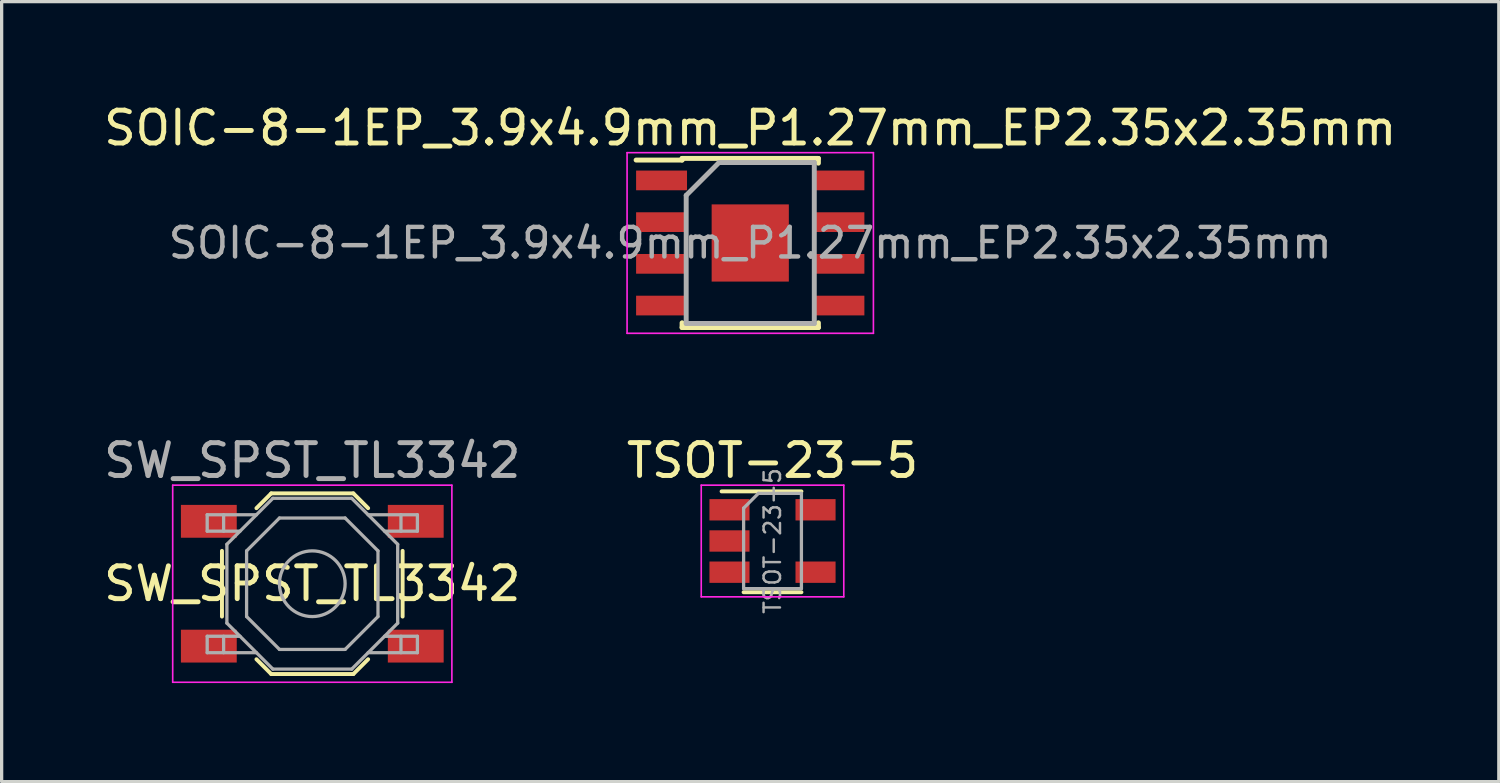
<source format=kicad_pcb>
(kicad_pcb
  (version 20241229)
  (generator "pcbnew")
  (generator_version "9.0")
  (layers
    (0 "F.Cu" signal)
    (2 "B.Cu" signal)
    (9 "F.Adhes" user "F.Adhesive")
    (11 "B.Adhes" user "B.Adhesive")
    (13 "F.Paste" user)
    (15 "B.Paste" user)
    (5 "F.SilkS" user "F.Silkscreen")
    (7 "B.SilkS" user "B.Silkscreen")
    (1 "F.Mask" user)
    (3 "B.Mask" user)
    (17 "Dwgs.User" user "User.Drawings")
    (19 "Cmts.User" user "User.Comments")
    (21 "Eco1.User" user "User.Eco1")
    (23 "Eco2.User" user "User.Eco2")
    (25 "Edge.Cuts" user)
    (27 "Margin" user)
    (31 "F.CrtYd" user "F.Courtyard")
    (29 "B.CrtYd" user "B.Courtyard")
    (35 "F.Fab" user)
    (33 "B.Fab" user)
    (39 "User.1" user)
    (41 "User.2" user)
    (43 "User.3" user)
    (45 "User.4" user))
  (footprint "TSOT-23-5"
    (layer "F.Cu")
    (at 20.47 13.421)
    (property "Reference" "TSOT-23-5" (at 0 -2.45 180) (layer "F.SilkS") (effects (font (size 1 1) (thickness 0.15))))
    (attr smd)
    (fp_line (start -0.88 1.56) (end 0.88 1.56) (stroke (width 0.12) (type solid)) (layer "F.SilkS"))
    (fp_line (start 0.88 -1.51) (end -1.55 -1.51) (stroke (width 0.12) (type solid)) (layer "F.SilkS"))
    (fp_line (start -2.17 -1.7) (end -2.17 1.7) (stroke (width 0.05) (type solid)) (layer "F.CrtYd"))
    (fp_line (start -2.17 -1.7) (end 2.17 -1.7) (stroke (width 0.05) (type solid)) (layer "F.CrtYd"))
    (fp_line (start 2.17 1.7) (end -2.17 1.7) (stroke (width 0.05) (type solid)) (layer "F.CrtYd"))
    (fp_line (start 2.17 1.7) (end 2.17 -1.7) (stroke (width 0.05) (type solid)) (layer "F.CrtYd"))
    (fp_line (start -0.88 -1) (end -0.88 1.45) (stroke (width 0.1) (type solid)) (layer "F.Fab"))
    (fp_line (start -0.88 -1) (end -0.43 -1.45) (stroke (width 0.1) (type solid)) (layer "F.Fab"))
    (fp_line (start 0.88 -1.45) (end -0.43 -1.45) (stroke (width 0.1) (type solid)) (layer "F.Fab"))
    (fp_line (start 0.88 -1.45) (end 0.88 1.45) (stroke (width 0.1) (type solid)) (layer "F.Fab"))
    (fp_line (start 0.88 1.45) (end -0.88 1.45) (stroke (width 0.1) (type solid)) (layer "F.Fab"))
    (fp_text user "${REFERENCE}" (at 0 0 90) (layer "F.Fab") (effects (font (size 0.5 0.5) (thickness 0.075))))
    (pad "1" smd rect (at -1.31 -0.95) (size 1.22 0.65) (layers "F.Cu" "F.Mask" "F.Paste"))
    (pad "2" smd rect (at -1.31 0) (size 1.22 0.65) (layers "F.Cu" "F.Mask" "F.Paste"))
    (pad "3" smd rect (at -1.31 0.95) (size 1.22 0.65) (layers "F.Cu" "F.Mask" "F.Paste"))
    (pad "4" smd rect (at 1.31 0.95) (size 1.22 0.65) (layers "F.Cu" "F.Mask" "F.Paste"))
    (pad "5" smd rect (at 1.31 -0.95) (size 1.22 0.65) (layers "F.Cu" "F.Mask" "F.Paste")))
  (footprint "SOIC-8-1EP_3.9x4.9mm_P1.27mm_EP2.35x2.35mm"
    (layer "F.Cu")
    (at 19.792 4.348)
    (property "Reference" "SOIC-8-1EP_3.9x4.9mm_P1.27mm_EP2.35x2.35mm" (at 0 -3.5 0) (layer "F.SilkS") (effects (font (size 1 1) (thickness 0.15))))
    (attr smd)
    (fp_line (start -2.075 -2.575) (end -2.075 -2.525) (stroke (width 0.15) (type solid)) (layer "F.SilkS"))
    (fp_line (start -2.075 -2.575) (end 2.075 -2.575) (stroke (width 0.15) (type solid)) (layer "F.SilkS"))
    (fp_line (start -2.075 -2.525) (end -3.475 -2.525) (stroke (width 0.15) (type solid)) (layer "F.SilkS"))
    (fp_line (start -2.075 2.575) (end -2.075 2.43) (stroke (width 0.15) (type solid)) (layer "F.SilkS"))
    (fp_line (start -2.075 2.575) (end 2.075 2.575) (stroke (width 0.15) (type solid)) (layer "F.SilkS"))
    (fp_line (start 2.075 -2.575) (end 2.075 -2.43) (stroke (width 0.15) (type solid)) (layer "F.SilkS"))
    (fp_line (start 2.075 2.575) (end 2.075 2.43) (stroke (width 0.15) (type solid)) (layer "F.SilkS"))
    (fp_line (start -3.75 -2.75) (end -3.75 2.75) (stroke (width 0.05) (type solid)) (layer "F.CrtYd"))
    (fp_line (start -3.75 -2.75) (end 3.75 -2.75) (stroke (width 0.05) (type solid)) (layer "F.CrtYd"))
    (fp_line (start -3.75 2.75) (end 3.75 2.75) (stroke (width 0.05) (type solid)) (layer "F.CrtYd"))
    (fp_line (start 3.75 -2.75) (end 3.75 2.75) (stroke (width 0.05) (type solid)) (layer "F.CrtYd"))
    (fp_line (start -1.95 -1.45) (end -0.95 -2.45) (stroke (width 0.15) (type solid)) (layer "F.Fab"))
    (fp_line (start -1.95 2.45) (end -1.95 -1.45) (stroke (width 0.15) (type solid)) (layer "F.Fab"))
    (fp_line (start -0.95 -2.45) (end 1.95 -2.45) (stroke (width 0.15) (type solid)) (layer "F.Fab"))
    (fp_line (start 1.95 -2.45) (end 1.95 2.45) (stroke (width 0.15) (type solid)) (layer "F.Fab"))
    (fp_line (start 1.95 2.45) (end -1.95 2.45) (stroke (width 0.15) (type solid)) (layer "F.Fab"))
    (fp_text user "${REFERENCE}" (at 0 0 0) (layer "F.Fab") (effects (font (size 0.9 0.9) (thickness 0.135))))
    (pad "" smd rect (at -0.588 -0.588) (size 0.95 0.95) (layers "F.Paste"))
    (pad "" smd rect (at -0.588 0.588) (size 0.95 0.95) (layers "F.Paste"))
    (pad "" smd rect (at 0.588 -0.588) (size 0.95 0.95) (layers "F.Paste"))
    (pad "" smd rect (at 0.588 0.588) (size 0.95 0.95) (layers "F.Paste"))
    (pad "1" smd rect (at -2.7 -1.905) (size 1.55 0.6) (layers "F.Cu" "F.Mask" "F.Paste"))
    (pad "2" smd rect (at -2.7 -0.635) (size 1.55 0.6) (layers "F.Cu" "F.Mask" "F.Paste"))
    (pad "3" smd rect (at -2.7 0.635) (size 1.55 0.6) (layers "F.Cu" "F.Mask" "F.Paste"))
    (pad "4" smd rect (at -2.7 1.905) (size 1.55 0.6) (layers "F.Cu" "F.Mask" "F.Paste"))
    (pad "4" smd rect (at 0 0) (size 2.35 2.35) (layers "F.Cu" "F.Mask"))
    (pad "5" smd rect (at 2.7 1.905) (size 1.55 0.6) (layers "F.Cu" "F.Mask" "F.Paste"))
    (pad "6" smd rect (at 2.7 0.635) (size 1.55 0.6) (layers "F.Cu" "F.Mask" "F.Paste"))
    (pad "7" smd rect (at 2.7 -0.635) (size 1.55 0.6) (layers "F.Cu" "F.Mask" "F.Paste"))
    (pad "8" smd rect (at 2.7 -1.905) (size 1.55 0.6) (layers "F.Cu" "F.Mask" "F.Paste")))
  (footprint "SW_SPST_TL3342"
    (layer "F.Cu")
    (at 6.458 14.722)
    (property "Reference" "SW_SPST_TL3342" (at 0 0 0) (layer "F.SilkS") (effects (font (size 1 1) (thickness 0.15))))
    (attr smd)
    (fp_line (start -2.75 -1) (end -2.75 1) (stroke (width 0.12) (type solid)) (layer "F.SilkS"))
    (fp_line (start -1.7 -2.3) (end -1.25 -2.75) (stroke (width 0.12) (type solid)) (layer "F.SilkS"))
    (fp_line (start -1.7 2.3) (end -1.25 2.75) (stroke (width 0.12) (type solid)) (layer "F.SilkS"))
    (fp_line (start -1.25 -2.75) (end 1.25 -2.75) (stroke (width 0.12) (type solid)) (layer "F.SilkS"))
    (fp_line (start -1.25 2.75) (end 1.25 2.75) (stroke (width 0.12) (type solid)) (layer "F.SilkS"))
    (fp_line (start 1.7 -2.3) (end 1.25 -2.75) (stroke (width 0.12) (type solid)) (layer "F.SilkS"))
    (fp_line (start 1.7 2.3) (end 1.25 2.75) (stroke (width 0.12) (type solid)) (layer "F.SilkS"))
    (fp_line (start 2.75 -1) (end 2.75 1) (stroke (width 0.12) (type solid)) (layer "F.SilkS"))
    (fp_line (start -4.25 -3) (end 4.25 -3) (stroke (width 0.05) (type solid)) (layer "F.CrtYd"))
    (fp_line (start -4.25 3) (end -4.25 -3) (stroke (width 0.05) (type solid)) (layer "F.CrtYd"))
    (fp_line (start 4.25 -3) (end 4.25 3) (stroke (width 0.05) (type solid)) (layer "F.CrtYd"))
    (fp_line (start 4.25 3) (end -4.25 3) (stroke (width 0.05) (type solid)) (layer "F.CrtYd"))
    (fp_line (start -3.2 -2.1) (end -3.2 -1.6) (stroke (width 0.1) (type solid)) (layer "F.Fab"))
    (fp_line (start -3.2 -1.6) (end -2.2 -1.6) (stroke (width 0.1) (type solid)) (layer "F.Fab"))
    (fp_line (start -3.2 1.6) (end -2.2 1.6) (stroke (width 0.1) (type solid)) (layer "F.Fab"))
    (fp_line (start -3.2 2.1) (end -3.2 1.6) (stroke (width 0.1) (type solid)) (layer "F.Fab"))
    (fp_line (start -2.7 -2.1) (end -2.7 -1.6) (stroke (width 0.1) (type solid)) (layer "F.Fab"))
    (fp_line (start -2.7 2.1) (end -2.7 1.6) (stroke (width 0.1) (type solid)) (layer "F.Fab"))
    (fp_line (start -2.6 -1.2) (end -2.6 1.2) (stroke (width 0.1) (type solid)) (layer "F.Fab"))
    (fp_line (start -2.6 1.2) (end -1.2 2.6) (stroke (width 0.1) (type solid)) (layer "F.Fab"))
    (fp_line (start -2 -1) (end -1 -2) (stroke (width 0.1) (type solid)) (layer "F.Fab"))
    (fp_line (start -2 1) (end -2 -1) (stroke (width 0.1) (type solid)) (layer "F.Fab"))
    (fp_line (start -1.7 -2.1) (end -3.2 -2.1) (stroke (width 0.1) (type solid)) (layer "F.Fab"))
    (fp_line (start -1.7 2.1) (end -3.2 2.1) (stroke (width 0.1) (type solid)) (layer "F.Fab"))
    (fp_line (start -1.2 -2.6) (end -2.6 -1.2) (stroke (width 0.1) (type solid)) (layer "F.Fab"))
    (fp_line (start -1.2 2.6) (end 1.2 2.6) (stroke (width 0.1) (type solid)) (layer "F.Fab"))
    (fp_line (start -1 -2) (end 1 -2) (stroke (width 0.1) (type solid)) (layer "F.Fab"))
    (fp_line (start -1 2) (end -2 1) (stroke (width 0.1) (type solid)) (layer "F.Fab"))
    (fp_line (start 1 -2) (end 2 -1) (stroke (width 0.1) (type solid)) (layer "F.Fab"))
    (fp_line (start 1 2) (end -1 2) (stroke (width 0.1) (type solid)) (layer "F.Fab"))
    (fp_line (start 1.2 -2.6) (end -1.2 -2.6) (stroke (width 0.1) (type solid)) (layer "F.Fab"))
    (fp_line (start 1.2 2.6) (end 2.6 1.2) (stroke (width 0.1) (type solid)) (layer "F.Fab"))
    (fp_line (start 1.7 -2.1) (end 3.2 -2.1) (stroke (width 0.1) (type solid)) (layer "F.Fab"))
    (fp_line (start 1.7 2.1) (end 3.2 2.1) (stroke (width 0.1) (type solid)) (layer "F.Fab"))
    (fp_line (start 2 -1) (end 2 1) (stroke (width 0.1) (type solid)) (layer "F.Fab"))
    (fp_line (start 2 1) (end 1 2) (stroke (width 0.1) (type solid)) (layer "F.Fab"))
    (fp_line (start 2.6 -1.2) (end 1.2 -2.6) (stroke (width 0.1) (type solid)) (layer "F.Fab"))
    (fp_line (start 2.6 1.2) (end 2.6 -1.2) (stroke (width 0.1) (type solid)) (layer "F.Fab"))
    (fp_line (start 2.7 -2.1) (end 2.7 -1.6) (stroke (width 0.1) (type solid)) (layer "F.Fab"))
    (fp_line (start 2.7 2.1) (end 2.7 1.6) (stroke (width 0.1) (type solid)) (layer "F.Fab"))
    (fp_line (start 3.2 -2.1) (end 3.2 -1.6) (stroke (width 0.1) (type solid)) (layer "F.Fab"))
    (fp_line (start 3.2 -1.6) (end 2.2 -1.6) (stroke (width 0.1) (type solid)) (layer "F.Fab"))
    (fp_line (start 3.2 1.6) (end 2.2 1.6) (stroke (width 0.1) (type solid)) (layer "F.Fab"))
    (fp_line (start 3.2 2.1) (end 3.2 1.6) (stroke (width 0.1) (type solid)) (layer "F.Fab"))
    (fp_circle (center 0 0) (end 1 0) (stroke (width 0.1) (type solid)) (fill no) (layer "F.Fab"))
    (fp_text user "${REFERENCE}" (at 0 -3.75 0) (layer "F.Fab") (effects (font (size 1 1) (thickness 0.15))))
    (pad "1" smd rect (at -3.15 -1.9) (size 1.7 1) (layers "F.Cu" "F.Mask" "F.Paste"))
    (pad "1" smd rect (at 3.15 -1.9) (size 1.7 1) (layers "F.Cu" "F.Mask" "F.Paste"))
    (pad "2" smd rect (at -3.15 1.9) (size 1.7 1) (layers "F.Cu" "F.Mask" "F.Paste"))
    (pad "2" smd rect (at 3.15 1.9) (size 1.7 1) (layers "F.Cu" "F.Mask" "F.Paste")))
  (gr_rect
    (start -3 -3)
    (end 42.583 20.747)
    (stroke (width 0.1) (type default))
    (fill no)
    (layer "Edge.Cuts")))
</source>
